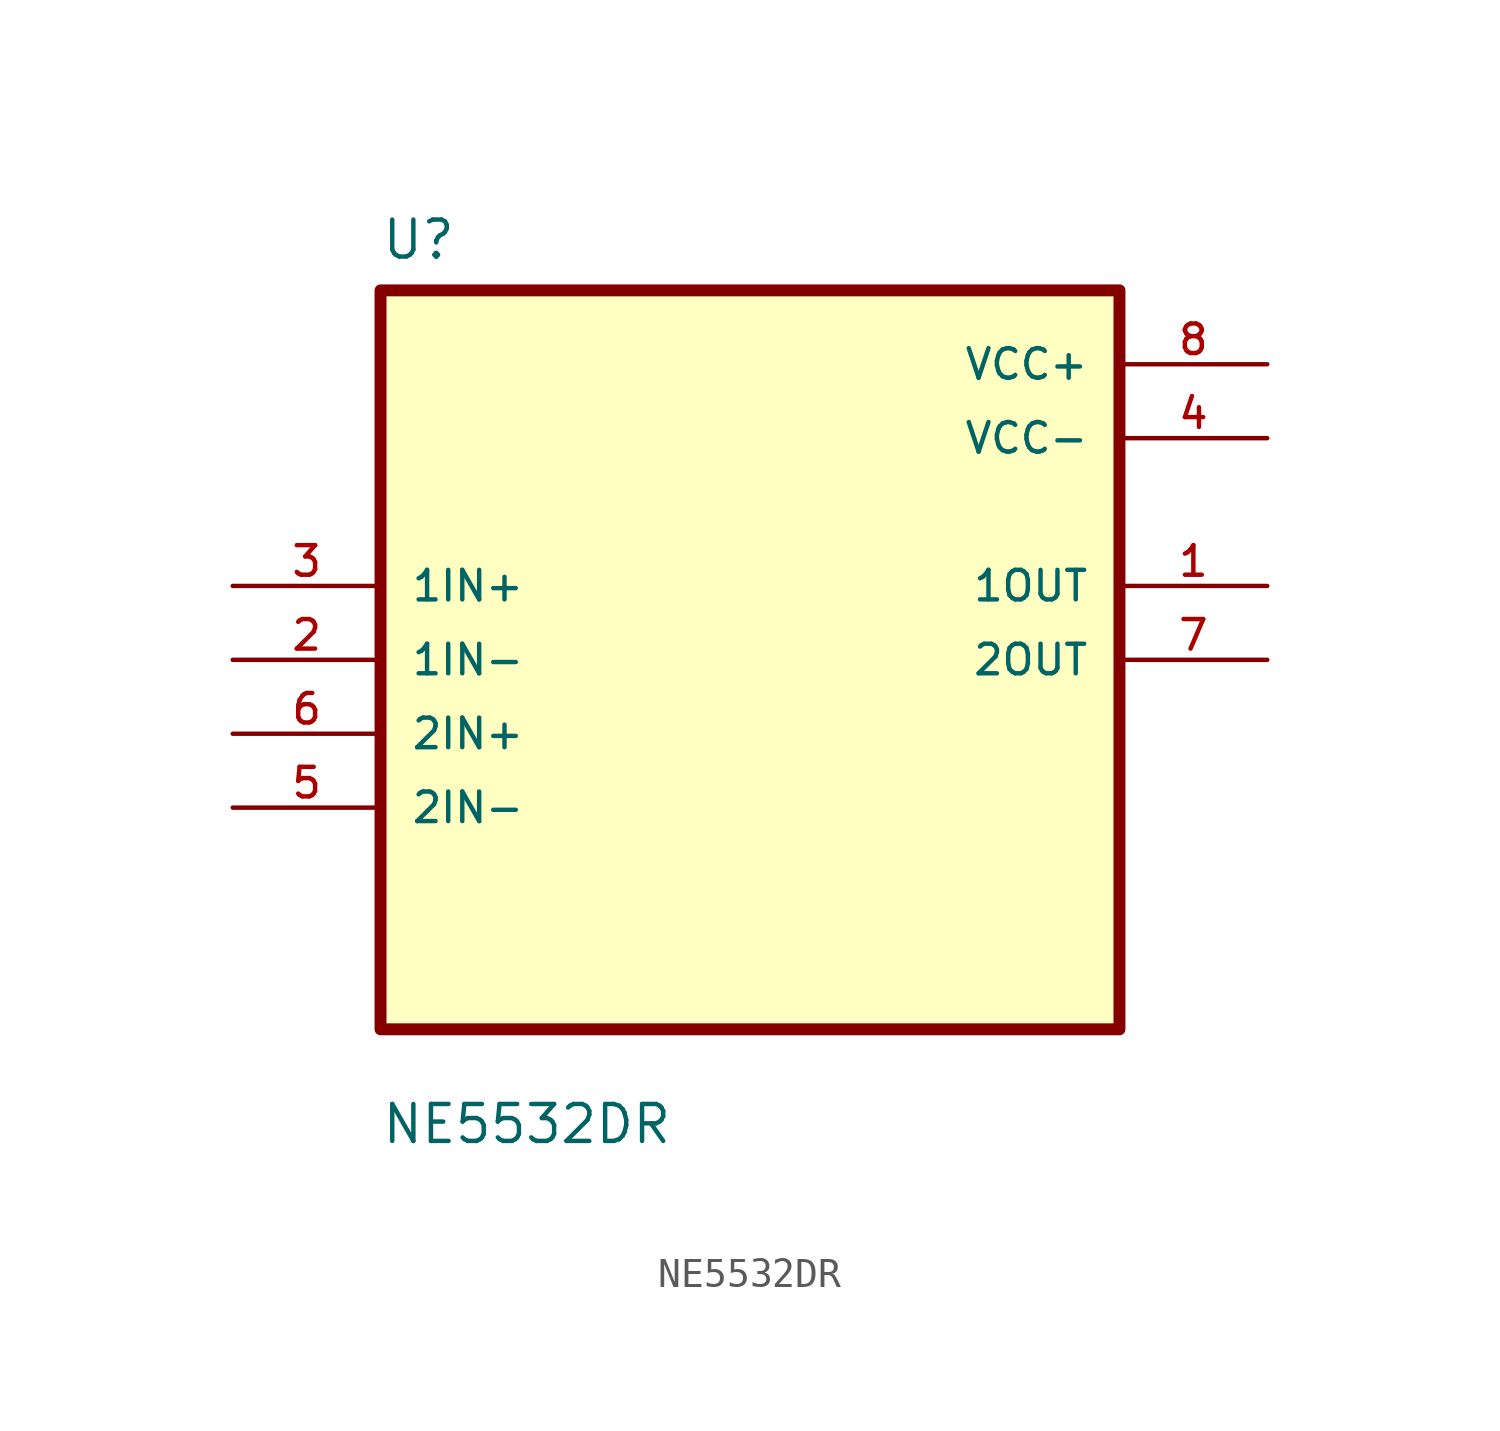
<source format=kicad_sym>
(kicad_symbol_lib
  (version 20211014)
  (generator kicad_symbol_editor)
  (symbol "NE5532DR"
    (pin_names
      (offset 1.016))
    (property "Reference" "U"
      (at -12.7 13.7 0.0)
      (effects (font (size 1.27 1.27)) (justify bottom left)))
    (property "Value" "NE5532DR"
      (at -12.7 -16.7 0.0)
      (effects (font (size 1.27 1.27)) (justify bottom left)))
    (symbol "NE5532DR_0_0"
      (rectangle (start -12.7 -12.7) (end 12.7 12.7) (stroke (width 0.41)) (fill (type background)))
      (pin input line (at -17.78 2.54 0) (length 5.08) (name "1IN+" (effects (font (size 1.016 1.016)))) (number "3" (effects (font (size 1.016 1.016)))))
      (pin input line (at -17.78 -8.88178e-16 0) (length 5.08) (name "1IN-" (effects (font (size 1.016 1.016)))) (number "2" (effects (font (size 1.016 1.016)))))
      (pin input line (at -17.78 -2.54 0) (length 5.08) (name "2IN+" (effects (font (size 1.016 1.016)))) (number "6" (effects (font (size 1.016 1.016)))))
      (pin input line (at -17.78 -5.08 0) (length 5.08) (name "2IN-" (effects (font (size 1.016 1.016)))) (number "5" (effects (font (size 1.016 1.016)))))
      (pin power_in line (at 17.78 10.16 180.0) (length 5.08) (name "VCC+" (effects (font (size 1.016 1.016)))) (number "8" (effects (font (size 1.016 1.016)))))
      (pin power_in line (at 17.78 7.62 180.0) (length 5.08) (name "VCC-" (effects (font (size 1.016 1.016)))) (number "4" (effects (font (size 1.016 1.016)))))
      (pin output line (at 17.78 2.54 180.0) (length 5.08) (name "1OUT" (effects (font (size 1.016 1.016)))) (number "1" (effects (font (size 1.016 1.016)))))
      (pin output line (at 17.78 0.0 180.0) (length 5.08) (name "2OUT" (effects (font (size 1.016 1.016)))) (number "7" (effects (font (size 1.016 1.016))))))))
</source>
